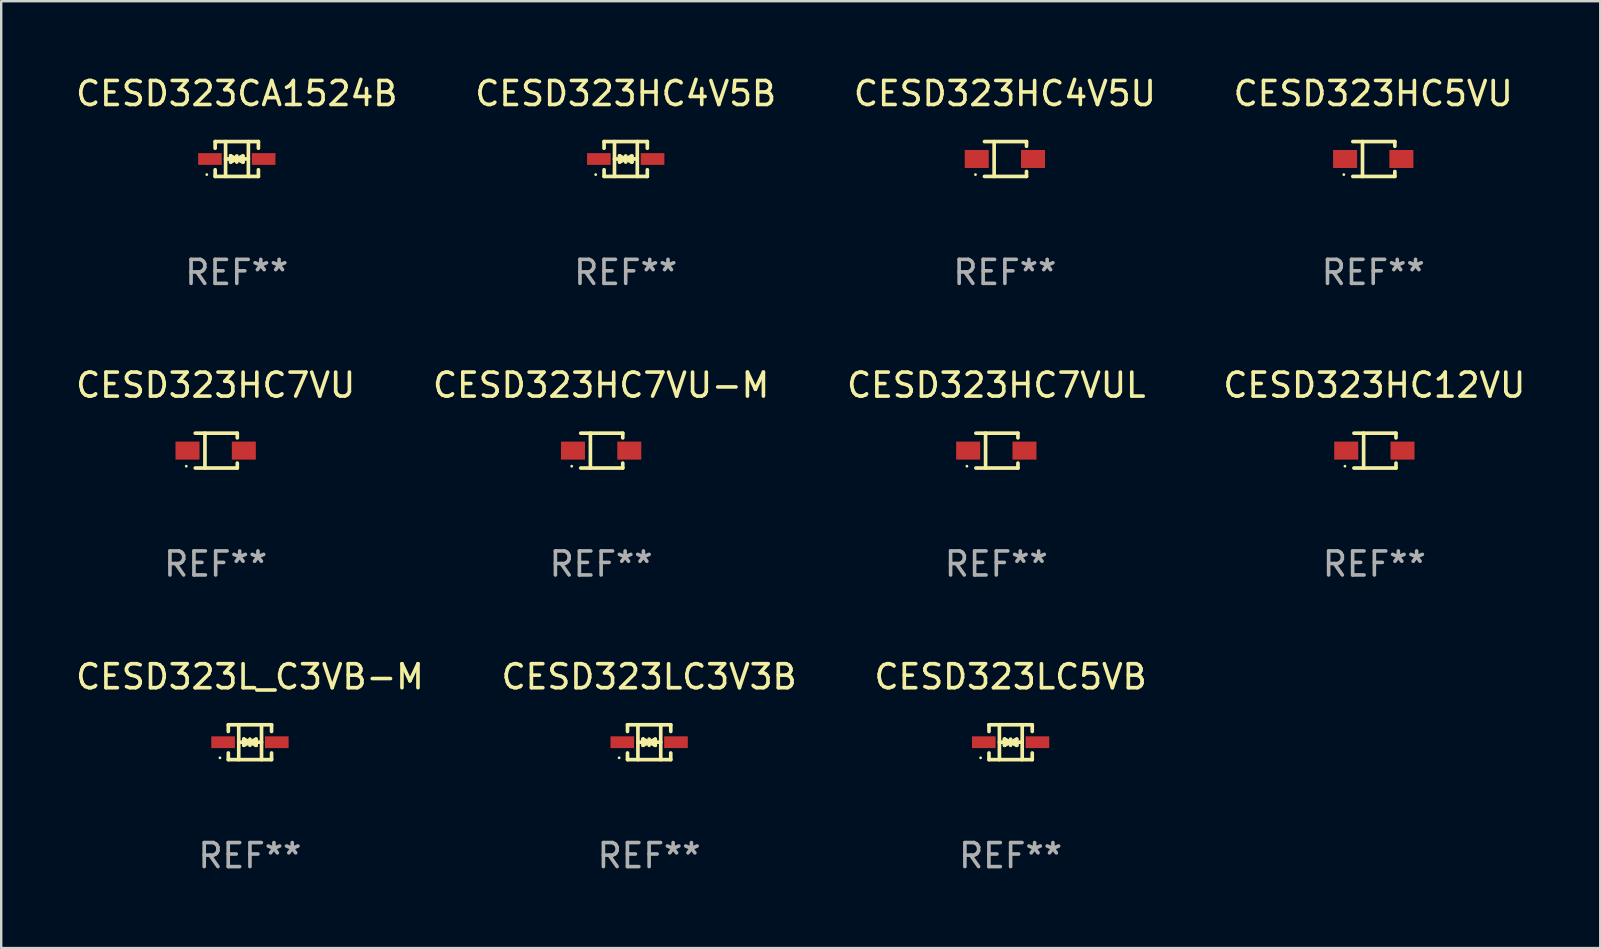
<source format=kicad_pcb>
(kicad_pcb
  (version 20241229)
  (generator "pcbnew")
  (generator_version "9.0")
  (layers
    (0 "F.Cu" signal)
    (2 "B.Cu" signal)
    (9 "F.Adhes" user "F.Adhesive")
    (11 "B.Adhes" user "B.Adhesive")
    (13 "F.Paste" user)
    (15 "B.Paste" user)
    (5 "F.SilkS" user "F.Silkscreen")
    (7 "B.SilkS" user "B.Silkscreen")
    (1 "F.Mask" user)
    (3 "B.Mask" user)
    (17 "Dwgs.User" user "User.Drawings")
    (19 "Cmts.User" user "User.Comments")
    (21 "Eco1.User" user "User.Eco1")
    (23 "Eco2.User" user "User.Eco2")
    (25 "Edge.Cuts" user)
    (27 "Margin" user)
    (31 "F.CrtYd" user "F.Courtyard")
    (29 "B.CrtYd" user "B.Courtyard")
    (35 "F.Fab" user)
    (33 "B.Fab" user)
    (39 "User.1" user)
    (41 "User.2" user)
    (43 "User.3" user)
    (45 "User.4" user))
  (footprint "CESD323HC4V5B"
    (layer "F.Cu")
    (at 23.018 3.574)
    (property "Reference" "CESD323HC4V5B" (at 0 -2.726 0) (layer "F.SilkS") (effects (font (size 1 1) (thickness 0.15))))
    (attr through_hole)
    (fp_line (start -0.901 -0.726) (end -0.901 -0.448) (stroke (width 0.152) (type solid)) (layer "F.SilkS"))
    (fp_line (start -0.901 0.726) (end -0.901 0.448) (stroke (width 0.152) (type solid)) (layer "F.SilkS"))
    (fp_line (start -0.467 0) (end 0.483 -0.003) (stroke (width 0.154) (type solid)) (layer "F.SilkS"))
    (fp_line (start -0.467 0.726) (end -0.467 -0.726) (stroke (width 0.152) (type solid)) (layer "F.SilkS"))
    (fp_line (start -0.254 -0.127) (end -0.254 -0.127) (stroke (width 0.154) (type solid)) (layer "F.SilkS"))
    (fp_line (start -0.254 -0.127) (end -0.002 -0.003) (stroke (width 0.154) (type solid)) (layer "F.SilkS"))
    (fp_line (start -0.254 0.127) (end -0.254 -0.127) (stroke (width 0.154) (type solid)) (layer "F.SilkS"))
    (fp_line (start -0.127 0) (end 0.003 0) (stroke (width 0.154) (type solid)) (layer "F.SilkS"))
    (fp_line (start -0.003 0) (end -0.254 0.127) (stroke (width 0.154) (type solid)) (layer "F.SilkS"))
    (fp_line (start 0 -0.127) (end 0 0.127) (stroke (width 0.154) (type solid)) (layer "F.SilkS"))
    (fp_line (start 0.003 0) (end 0.254 -0.127) (stroke (width 0.154) (type solid)) (layer "F.SilkS"))
    (fp_line (start 0.127 0) (end -0.003 0) (stroke (width 0.154) (type solid)) (layer "F.SilkS"))
    (fp_line (start 0.254 -0.127) (end 0.254 0.127) (stroke (width 0.154) (type solid)) (layer "F.SilkS"))
    (fp_line (start 0.254 0.127) (end 0.002 0.003) (stroke (width 0.154) (type solid)) (layer "F.SilkS"))
    (fp_line (start 0.254 0.127) (end 0.254 0.127) (stroke (width 0.154) (type solid)) (layer "F.SilkS"))
    (fp_line (start 0.483 0.726) (end 0.483 -0.726) (stroke (width 0.152) (type solid)) (layer "F.SilkS"))
    (fp_line (start 0.901 -0.726) (end -0.901 -0.726) (stroke (width 0.152) (type solid)) (layer "F.SilkS"))
    (fp_line (start 0.901 -0.726) (end 0.901 -0.448) (stroke (width 0.152) (type solid)) (layer "F.SilkS"))
    (fp_line (start 0.901 0.726) (end -0.901 0.726) (stroke (width 0.152) (type solid)) (layer "F.SilkS"))
    (fp_line (start 0.901 0.726) (end 0.901 0.448) (stroke (width 0.152) (type solid)) (layer "F.SilkS"))
    (fp_circle (center -1.25 0.65) (end -1.22 0.65) (stroke (width 0.06) (type solid)) (fill no) (layer "F.SilkS"))
    (fp_text user "REF**" (at 0 4.726 0) (layer "F.Fab") (effects (font (size 1 1) (thickness 0.15))))
    (pad "1" smd rect (at -1.118 0) (size 0.985 0.49) (layers "F.Cu" "F.Mask" "F.Paste"))
    (pad "2" smd rect (at 1.118 0) (size 0.985 0.49) (layers "F.Cu" "F.Mask" "F.Paste")))
  (footprint "CESD323HC7VU-M"
    (layer "F.Cu")
    (at 21.994 15.723)
    (property "Reference" "CESD323HC7VU-M" (at 0 -2.726 0) (layer "F.SilkS") (effects (font (size 1 1) (thickness 0.15))))
    (attr through_hole)
    (fp_line (start -0.851 -0.726) (end 0.901 -0.726) (stroke (width 0.152) (type solid)) (layer "F.SilkS"))
    (fp_line (start -0.851 0.726) (end 0.901 0.726) (stroke (width 0.152) (type solid)) (layer "F.SilkS"))
    (fp_line (start -0.447 -0.726) (end -0.447 0.726) (stroke (width 0.152) (type solid)) (layer "F.SilkS"))
    (fp_line (start 0.901 -0.726) (end 0.901 -0.53) (stroke (width 0.152) (type solid)) (layer "F.SilkS"))
    (fp_line (start 0.901 0.726) (end 0.901 0.52) (stroke (width 0.152) (type solid)) (layer "F.SilkS"))
    (fp_circle (center -1.225 0.65) (end -1.195 0.65) (stroke (width 0.06) (type solid)) (fill no) (layer "F.SilkS"))
    (fp_text user "REF**" (at 0 4.726 0) (layer "F.Fab") (effects (font (size 1 1) (thickness 0.15))))
    (pad "1" smd rect (at -1.173 0) (size 1 0.75) (layers "F.Cu" "F.Mask" "F.Paste"))
    (pad "2" smd rect (at 1.173 0) (size 1 0.75) (layers "F.Cu" "F.Mask" "F.Paste")))
  (footprint "CESD323LC3V3B"
    (layer "F.Cu")
    (at 23.994 27.872)
    (property "Reference" "CESD323LC3V3B" (at 0 -2.726 0) (layer "F.SilkS") (effects (font (size 1 1) (thickness 0.15))))
    (attr through_hole)
    (fp_line (start -0.901 -0.726) (end -0.901 -0.448) (stroke (width 0.152) (type solid)) (layer "F.SilkS"))
    (fp_line (start -0.901 0.726) (end -0.901 0.448) (stroke (width 0.152) (type solid)) (layer "F.SilkS"))
    (fp_line (start -0.467 0) (end 0.483 -0.003) (stroke (width 0.154) (type solid)) (layer "F.SilkS"))
    (fp_line (start -0.467 0.726) (end -0.467 -0.726) (stroke (width 0.152) (type solid)) (layer "F.SilkS"))
    (fp_line (start -0.254 -0.127) (end -0.254 -0.127) (stroke (width 0.154) (type solid)) (layer "F.SilkS"))
    (fp_line (start -0.254 -0.127) (end -0.002 -0.003) (stroke (width 0.154) (type solid)) (layer "F.SilkS"))
    (fp_line (start -0.254 0.127) (end -0.254 -0.127) (stroke (width 0.154) (type solid)) (layer "F.SilkS"))
    (fp_line (start -0.127 0) (end 0.003 0) (stroke (width 0.154) (type solid)) (layer "F.SilkS"))
    (fp_line (start -0.003 0) (end -0.254 0.127) (stroke (width 0.154) (type solid)) (layer "F.SilkS"))
    (fp_line (start 0 -0.127) (end 0 0.127) (stroke (width 0.154) (type solid)) (layer "F.SilkS"))
    (fp_line (start 0.003 0) (end 0.254 -0.127) (stroke (width 0.154) (type solid)) (layer "F.SilkS"))
    (fp_line (start 0.127 0) (end -0.003 0) (stroke (width 0.154) (type solid)) (layer "F.SilkS"))
    (fp_line (start 0.254 -0.127) (end 0.254 0.127) (stroke (width 0.154) (type solid)) (layer "F.SilkS"))
    (fp_line (start 0.254 0.127) (end 0.002 0.003) (stroke (width 0.154) (type solid)) (layer "F.SilkS"))
    (fp_line (start 0.254 0.127) (end 0.254 0.127) (stroke (width 0.154) (type solid)) (layer "F.SilkS"))
    (fp_line (start 0.483 0.726) (end 0.483 -0.726) (stroke (width 0.152) (type solid)) (layer "F.SilkS"))
    (fp_line (start 0.901 -0.726) (end -0.901 -0.726) (stroke (width 0.152) (type solid)) (layer "F.SilkS"))
    (fp_line (start 0.901 -0.726) (end 0.901 -0.448) (stroke (width 0.152) (type solid)) (layer "F.SilkS"))
    (fp_line (start 0.901 0.726) (end -0.901 0.726) (stroke (width 0.152) (type solid)) (layer "F.SilkS"))
    (fp_line (start 0.901 0.726) (end 0.901 0.448) (stroke (width 0.152) (type solid)) (layer "F.SilkS"))
    (fp_circle (center -1.25 0.65) (end -1.22 0.65) (stroke (width 0.06) (type solid)) (fill no) (layer "F.SilkS"))
    (fp_text user "REF**" (at 0 4.726 0) (layer "F.Fab") (effects (font (size 1 1) (thickness 0.15))))
    (pad "1" smd rect (at -1.118 0) (size 0.985 0.49) (layers "F.Cu" "F.Mask" "F.Paste"))
    (pad "2" smd rect (at 1.118 0) (size 0.985 0.49) (layers "F.Cu" "F.Mask" "F.Paste")))
  (footprint "CESD323L_C3VB-M"
    (layer "F.Cu")
    (at 7.363 27.872)
    (property "Reference" "CESD323L_C3VB-M" (at 0 -2.726 0) (layer "F.SilkS") (effects (font (size 1 1) (thickness 0.15))))
    (attr through_hole)
    (fp_line (start -0.901 -0.726) (end -0.901 -0.448) (stroke (width 0.152) (type solid)) (layer "F.SilkS"))
    (fp_line (start -0.901 0.726) (end -0.901 0.448) (stroke (width 0.152) (type solid)) (layer "F.SilkS"))
    (fp_line (start -0.467 0) (end 0.483 -0.003) (stroke (width 0.154) (type solid)) (layer "F.SilkS"))
    (fp_line (start -0.467 0.726) (end -0.467 -0.726) (stroke (width 0.152) (type solid)) (layer "F.SilkS"))
    (fp_line (start -0.254 -0.127) (end -0.254 -0.127) (stroke (width 0.154) (type solid)) (layer "F.SilkS"))
    (fp_line (start -0.254 -0.127) (end -0.002 -0.003) (stroke (width 0.154) (type solid)) (layer "F.SilkS"))
    (fp_line (start -0.254 0.127) (end -0.254 -0.127) (stroke (width 0.154) (type solid)) (layer "F.SilkS"))
    (fp_line (start -0.127 0) (end 0.003 0) (stroke (width 0.154) (type solid)) (layer "F.SilkS"))
    (fp_line (start -0.003 0) (end -0.254 0.127) (stroke (width 0.154) (type solid)) (layer "F.SilkS"))
    (fp_line (start 0 -0.127) (end 0 0.127) (stroke (width 0.154) (type solid)) (layer "F.SilkS"))
    (fp_line (start 0.003 0) (end 0.254 -0.127) (stroke (width 0.154) (type solid)) (layer "F.SilkS"))
    (fp_line (start 0.127 0) (end -0.003 0) (stroke (width 0.154) (type solid)) (layer "F.SilkS"))
    (fp_line (start 0.254 -0.127) (end 0.254 0.127) (stroke (width 0.154) (type solid)) (layer "F.SilkS"))
    (fp_line (start 0.254 0.127) (end 0.002 0.003) (stroke (width 0.154) (type solid)) (layer "F.SilkS"))
    (fp_line (start 0.254 0.127) (end 0.254 0.127) (stroke (width 0.154) (type solid)) (layer "F.SilkS"))
    (fp_line (start 0.483 0.726) (end 0.483 -0.726) (stroke (width 0.152) (type solid)) (layer "F.SilkS"))
    (fp_line (start 0.901 -0.726) (end -0.901 -0.726) (stroke (width 0.152) (type solid)) (layer "F.SilkS"))
    (fp_line (start 0.901 -0.726) (end 0.901 -0.448) (stroke (width 0.152) (type solid)) (layer "F.SilkS"))
    (fp_line (start 0.901 0.726) (end -0.901 0.726) (stroke (width 0.152) (type solid)) (layer "F.SilkS"))
    (fp_line (start 0.901 0.726) (end 0.901 0.448) (stroke (width 0.152) (type solid)) (layer "F.SilkS"))
    (fp_circle (center -1.25 0.65) (end -1.22 0.65) (stroke (width 0.06) (type solid)) (fill no) (layer "F.SilkS"))
    (fp_text user "REF**" (at 0 4.726 0) (layer "F.Fab") (effects (font (size 1 1) (thickness 0.15))))
    (pad "1" smd rect (at -1.118 0) (size 0.985 0.49) (layers "F.Cu" "F.Mask" "F.Paste"))
    (pad "2" smd rect (at 1.118 0) (size 0.985 0.49) (layers "F.Cu" "F.Mask" "F.Paste")))
  (footprint "CESD323HC7VUL"
    (layer "F.Cu")
    (at 38.458 15.723)
    (property "Reference" "CESD323HC7VUL" (at 0 -2.726 0) (layer "F.SilkS") (effects (font (size 1 1) (thickness 0.15))))
    (attr through_hole)
    (fp_line (start -0.851 -0.726) (end 0.901 -0.726) (stroke (width 0.152) (type solid)) (layer "F.SilkS"))
    (fp_line (start -0.851 0.726) (end 0.901 0.726) (stroke (width 0.152) (type solid)) (layer "F.SilkS"))
    (fp_line (start -0.447 -0.726) (end -0.447 0.726) (stroke (width 0.152) (type solid)) (layer "F.SilkS"))
    (fp_line (start 0.901 -0.726) (end 0.901 -0.53) (stroke (width 0.152) (type solid)) (layer "F.SilkS"))
    (fp_line (start 0.901 0.726) (end 0.901 0.52) (stroke (width 0.152) (type solid)) (layer "F.SilkS"))
    (fp_circle (center -1.225 0.65) (end -1.195 0.65) (stroke (width 0.06) (type solid)) (fill no) (layer "F.SilkS"))
    (fp_text user "REF**" (at 0 4.726 0) (layer "F.Fab") (effects (font (size 1 1) (thickness 0.15))))
    (pad "1" smd rect (at -1.173 0) (size 1 0.75) (layers "F.Cu" "F.Mask" "F.Paste"))
    (pad "2" smd rect (at 1.173 0) (size 1 0.75) (layers "F.Cu" "F.Mask" "F.Paste")))
  (footprint "CESD323CA1524B"
    (layer "F.Cu")
    (at 6.815 3.574)
    (property "Reference" "CESD323CA1524B" (at 0 -2.726 0) (layer "F.SilkS") (effects (font (size 1 1) (thickness 0.15))))
    (attr through_hole)
    (fp_line (start -0.901 -0.726) (end -0.901 -0.448) (stroke (width 0.152) (type solid)) (layer "F.SilkS"))
    (fp_line (start -0.901 0.726) (end -0.901 0.448) (stroke (width 0.152) (type solid)) (layer "F.SilkS"))
    (fp_line (start -0.467 0) (end 0.483 -0.003) (stroke (width 0.154) (type solid)) (layer "F.SilkS"))
    (fp_line (start -0.467 0.726) (end -0.467 -0.726) (stroke (width 0.152) (type solid)) (layer "F.SilkS"))
    (fp_line (start -0.254 -0.127) (end -0.254 -0.127) (stroke (width 0.154) (type solid)) (layer "F.SilkS"))
    (fp_line (start -0.254 -0.127) (end -0.002 -0.003) (stroke (width 0.154) (type solid)) (layer "F.SilkS"))
    (fp_line (start -0.254 0.127) (end -0.254 -0.127) (stroke (width 0.154) (type solid)) (layer "F.SilkS"))
    (fp_line (start -0.127 0) (end 0.003 0) (stroke (width 0.154) (type solid)) (layer "F.SilkS"))
    (fp_line (start -0.003 0) (end -0.254 0.127) (stroke (width 0.154) (type solid)) (layer "F.SilkS"))
    (fp_line (start 0 -0.127) (end 0 0.127) (stroke (width 0.154) (type solid)) (layer "F.SilkS"))
    (fp_line (start 0.003 0) (end 0.254 -0.127) (stroke (width 0.154) (type solid)) (layer "F.SilkS"))
    (fp_line (start 0.127 0) (end -0.003 0) (stroke (width 0.154) (type solid)) (layer "F.SilkS"))
    (fp_line (start 0.254 -0.127) (end 0.254 0.127) (stroke (width 0.154) (type solid)) (layer "F.SilkS"))
    (fp_line (start 0.254 0.127) (end 0.002 0.003) (stroke (width 0.154) (type solid)) (layer "F.SilkS"))
    (fp_line (start 0.254 0.127) (end 0.254 0.127) (stroke (width 0.154) (type solid)) (layer "F.SilkS"))
    (fp_line (start 0.483 0.726) (end 0.483 -0.726) (stroke (width 0.152) (type solid)) (layer "F.SilkS"))
    (fp_line (start 0.901 -0.726) (end -0.901 -0.726) (stroke (width 0.152) (type solid)) (layer "F.SilkS"))
    (fp_line (start 0.901 -0.726) (end 0.901 -0.448) (stroke (width 0.152) (type solid)) (layer "F.SilkS"))
    (fp_line (start 0.901 0.726) (end -0.901 0.726) (stroke (width 0.152) (type solid)) (layer "F.SilkS"))
    (fp_line (start 0.901 0.726) (end 0.901 0.448) (stroke (width 0.152) (type solid)) (layer "F.SilkS"))
    (fp_circle (center -1.25 0.65) (end -1.22 0.65) (stroke (width 0.06) (type solid)) (fill no) (layer "F.SilkS"))
    (fp_text user "REF**" (at 0 4.726 0) (layer "F.Fab") (effects (font (size 1 1) (thickness 0.15))))
    (pad "1" smd rect (at -1.118 0) (size 0.985 0.49) (layers "F.Cu" "F.Mask" "F.Paste"))
    (pad "2" smd rect (at 1.118 0) (size 0.985 0.49) (layers "F.Cu" "F.Mask" "F.Paste")))
  (footprint "CESD323HC5VU"
    (layer "F.Cu")
    (at 54.161 3.574)
    (property "Reference" "CESD323HC5VU" (at 0 -2.726 0) (layer "F.SilkS") (effects (font (size 1 1) (thickness 0.15))))
    (attr through_hole)
    (fp_line (start -0.851 -0.726) (end 0.901 -0.726) (stroke (width 0.152) (type solid)) (layer "F.SilkS"))
    (fp_line (start -0.851 0.726) (end 0.901 0.726) (stroke (width 0.152) (type solid)) (layer "F.SilkS"))
    (fp_line (start -0.447 -0.726) (end -0.447 0.726) (stroke (width 0.152) (type solid)) (layer "F.SilkS"))
    (fp_line (start 0.901 -0.726) (end 0.901 -0.53) (stroke (width 0.152) (type solid)) (layer "F.SilkS"))
    (fp_line (start 0.901 0.726) (end 0.901 0.52) (stroke (width 0.152) (type solid)) (layer "F.SilkS"))
    (fp_circle (center -1.225 0.65) (end -1.195 0.65) (stroke (width 0.06) (type solid)) (fill no) (layer "F.SilkS"))
    (fp_text user "REF**" (at 0 4.726 0) (layer "F.Fab") (effects (font (size 1 1) (thickness 0.15))))
    (pad "1" smd rect (at -1.173 0) (size 1 0.75) (layers "F.Cu" "F.Mask" "F.Paste"))
    (pad "2" smd rect (at 1.173 0) (size 1 0.75) (layers "F.Cu" "F.Mask" "F.Paste")))
  (footprint "CESD323HC12VU"
    (layer "F.Cu")
    (at 54.208 15.723)
    (property "Reference" "CESD323HC12VU" (at 0 -2.726 0) (layer "F.SilkS") (effects (font (size 1 1) (thickness 0.15))))
    (attr through_hole)
    (fp_line (start -0.851 -0.726) (end 0.901 -0.726) (stroke (width 0.152) (type solid)) (layer "F.SilkS"))
    (fp_line (start -0.851 0.726) (end 0.901 0.726) (stroke (width 0.152) (type solid)) (layer "F.SilkS"))
    (fp_line (start -0.447 -0.726) (end -0.447 0.726) (stroke (width 0.152) (type solid)) (layer "F.SilkS"))
    (fp_line (start 0.901 -0.726) (end 0.901 -0.53) (stroke (width 0.152) (type solid)) (layer "F.SilkS"))
    (fp_line (start 0.901 0.726) (end 0.901 0.52) (stroke (width 0.152) (type solid)) (layer "F.SilkS"))
    (fp_circle (center -1.225 0.65) (end -1.195 0.65) (stroke (width 0.06) (type solid)) (fill no) (layer "F.SilkS"))
    (fp_text user "REF**" (at 0 4.726 0) (layer "F.Fab") (effects (font (size 1 1) (thickness 0.15))))
    (pad "1" smd rect (at -1.173 0) (size 1 0.75) (layers "F.Cu" "F.Mask" "F.Paste"))
    (pad "2" smd rect (at 1.173 0) (size 1 0.75) (layers "F.Cu" "F.Mask" "F.Paste")))
  (footprint "CESD323HC7VU"
    (layer "F.Cu")
    (at 5.935 15.723)
    (property "Reference" "CESD323HC7VU" (at 0 -2.726 0) (layer "F.SilkS") (effects (font (size 1 1) (thickness 0.15))))
    (attr through_hole)
    (fp_line (start -0.851 -0.726) (end 0.901 -0.726) (stroke (width 0.152) (type solid)) (layer "F.SilkS"))
    (fp_line (start -0.851 0.726) (end 0.901 0.726) (stroke (width 0.152) (type solid)) (layer "F.SilkS"))
    (fp_line (start -0.447 -0.726) (end -0.447 0.726) (stroke (width 0.152) (type solid)) (layer "F.SilkS"))
    (fp_line (start 0.901 -0.726) (end 0.901 -0.53) (stroke (width 0.152) (type solid)) (layer "F.SilkS"))
    (fp_line (start 0.901 0.726) (end 0.901 0.52) (stroke (width 0.152) (type solid)) (layer "F.SilkS"))
    (fp_circle (center -1.225 0.65) (end -1.195 0.65) (stroke (width 0.06) (type solid)) (fill no) (layer "F.SilkS"))
    (fp_text user "REF**" (at 0 4.726 0) (layer "F.Fab") (effects (font (size 1 1) (thickness 0.15))))
    (pad "1" smd rect (at -1.173 0) (size 1 0.75) (layers "F.Cu" "F.Mask" "F.Paste"))
    (pad "2" smd rect (at 1.173 0) (size 1 0.75) (layers "F.Cu" "F.Mask" "F.Paste")))
  (footprint "CESD323HC4V5U"
    (layer "F.Cu")
    (at 38.815 3.574)
    (property "Reference" "CESD323HC4V5U" (at 0 -2.726 0) (layer "F.SilkS") (effects (font (size 1 1) (thickness 0.15))))
    (attr through_hole)
    (fp_line (start -0.851 -0.726) (end 0.901 -0.726) (stroke (width 0.152) (type solid)) (layer "F.SilkS"))
    (fp_line (start -0.851 0.726) (end 0.901 0.726) (stroke (width 0.152) (type solid)) (layer "F.SilkS"))
    (fp_line (start -0.447 -0.726) (end -0.447 0.726) (stroke (width 0.152) (type solid)) (layer "F.SilkS"))
    (fp_line (start 0.901 -0.726) (end 0.901 -0.53) (stroke (width 0.152) (type solid)) (layer "F.SilkS"))
    (fp_line (start 0.901 0.726) (end 0.901 0.52) (stroke (width 0.152) (type solid)) (layer "F.SilkS"))
    (fp_circle (center -1.225 0.65) (end -1.195 0.65) (stroke (width 0.06) (type solid)) (fill no) (layer "F.SilkS"))
    (fp_text user "REF**" (at 0 4.726 0) (layer "F.Fab") (effects (font (size 1 1) (thickness 0.15))))
    (pad "1" smd rect (at -1.173 0) (size 1 0.75) (layers "F.Cu" "F.Mask" "F.Paste"))
    (pad "2" smd rect (at 1.173 0) (size 1 0.75) (layers "F.Cu" "F.Mask" "F.Paste")))
  (footprint "CESD323LC5VB"
    (layer "F.Cu")
    (at 39.054 27.872)
    (property "Reference" "CESD323LC5VB" (at 0 -2.726 0) (layer "F.SilkS") (effects (font (size 1 1) (thickness 0.15))))
    (attr through_hole)
    (fp_line (start -0.901 -0.726) (end -0.901 -0.448) (stroke (width 0.152) (type solid)) (layer "F.SilkS"))
    (fp_line (start -0.901 0.726) (end -0.901 0.448) (stroke (width 0.152) (type solid)) (layer "F.SilkS"))
    (fp_line (start -0.467 0) (end 0.483 -0.003) (stroke (width 0.154) (type solid)) (layer "F.SilkS"))
    (fp_line (start -0.467 0.726) (end -0.467 -0.726) (stroke (width 0.152) (type solid)) (layer "F.SilkS"))
    (fp_line (start -0.254 -0.127) (end -0.254 -0.127) (stroke (width 0.154) (type solid)) (layer "F.SilkS"))
    (fp_line (start -0.254 -0.127) (end -0.002 -0.003) (stroke (width 0.154) (type solid)) (layer "F.SilkS"))
    (fp_line (start -0.254 0.127) (end -0.254 -0.127) (stroke (width 0.154) (type solid)) (layer "F.SilkS"))
    (fp_line (start -0.127 0) (end 0.003 0) (stroke (width 0.154) (type solid)) (layer "F.SilkS"))
    (fp_line (start -0.003 0) (end -0.254 0.127) (stroke (width 0.154) (type solid)) (layer "F.SilkS"))
    (fp_line (start 0 -0.127) (end 0 0.127) (stroke (width 0.154) (type solid)) (layer "F.SilkS"))
    (fp_line (start 0.003 0) (end 0.254 -0.127) (stroke (width 0.154) (type solid)) (layer "F.SilkS"))
    (fp_line (start 0.127 0) (end -0.003 0) (stroke (width 0.154) (type solid)) (layer "F.SilkS"))
    (fp_line (start 0.254 -0.127) (end 0.254 0.127) (stroke (width 0.154) (type solid)) (layer "F.SilkS"))
    (fp_line (start 0.254 0.127) (end 0.002 0.003) (stroke (width 0.154) (type solid)) (layer "F.SilkS"))
    (fp_line (start 0.254 0.127) (end 0.254 0.127) (stroke (width 0.154) (type solid)) (layer "F.SilkS"))
    (fp_line (start 0.483 0.726) (end 0.483 -0.726) (stroke (width 0.152) (type solid)) (layer "F.SilkS"))
    (fp_line (start 0.901 -0.726) (end -0.901 -0.726) (stroke (width 0.152) (type solid)) (layer "F.SilkS"))
    (fp_line (start 0.901 -0.726) (end 0.901 -0.448) (stroke (width 0.152) (type solid)) (layer "F.SilkS"))
    (fp_line (start 0.901 0.726) (end -0.901 0.726) (stroke (width 0.152) (type solid)) (layer "F.SilkS"))
    (fp_line (start 0.901 0.726) (end 0.901 0.448) (stroke (width 0.152) (type solid)) (layer "F.SilkS"))
    (fp_circle (center -1.25 0.65) (end -1.22 0.65) (stroke (width 0.06) (type solid)) (fill no) (layer "F.SilkS"))
    (fp_text user "REF**" (at 0 4.726 0) (layer "F.Fab") (effects (font (size 1 1) (thickness 0.15))))
    (pad "1" smd rect (at -1.118 0) (size 0.985 0.49) (layers "F.Cu" "F.Mask" "F.Paste"))
    (pad "2" smd rect (at 1.118 0) (size 0.985 0.49) (layers "F.Cu" "F.Mask" "F.Paste")))
  (gr_rect
    (start -3 -3)
    (end 63.619 36.447)
    (stroke (width 0.1) (type default))
    (fill no)
    (layer "Edge.Cuts")))
</source>
